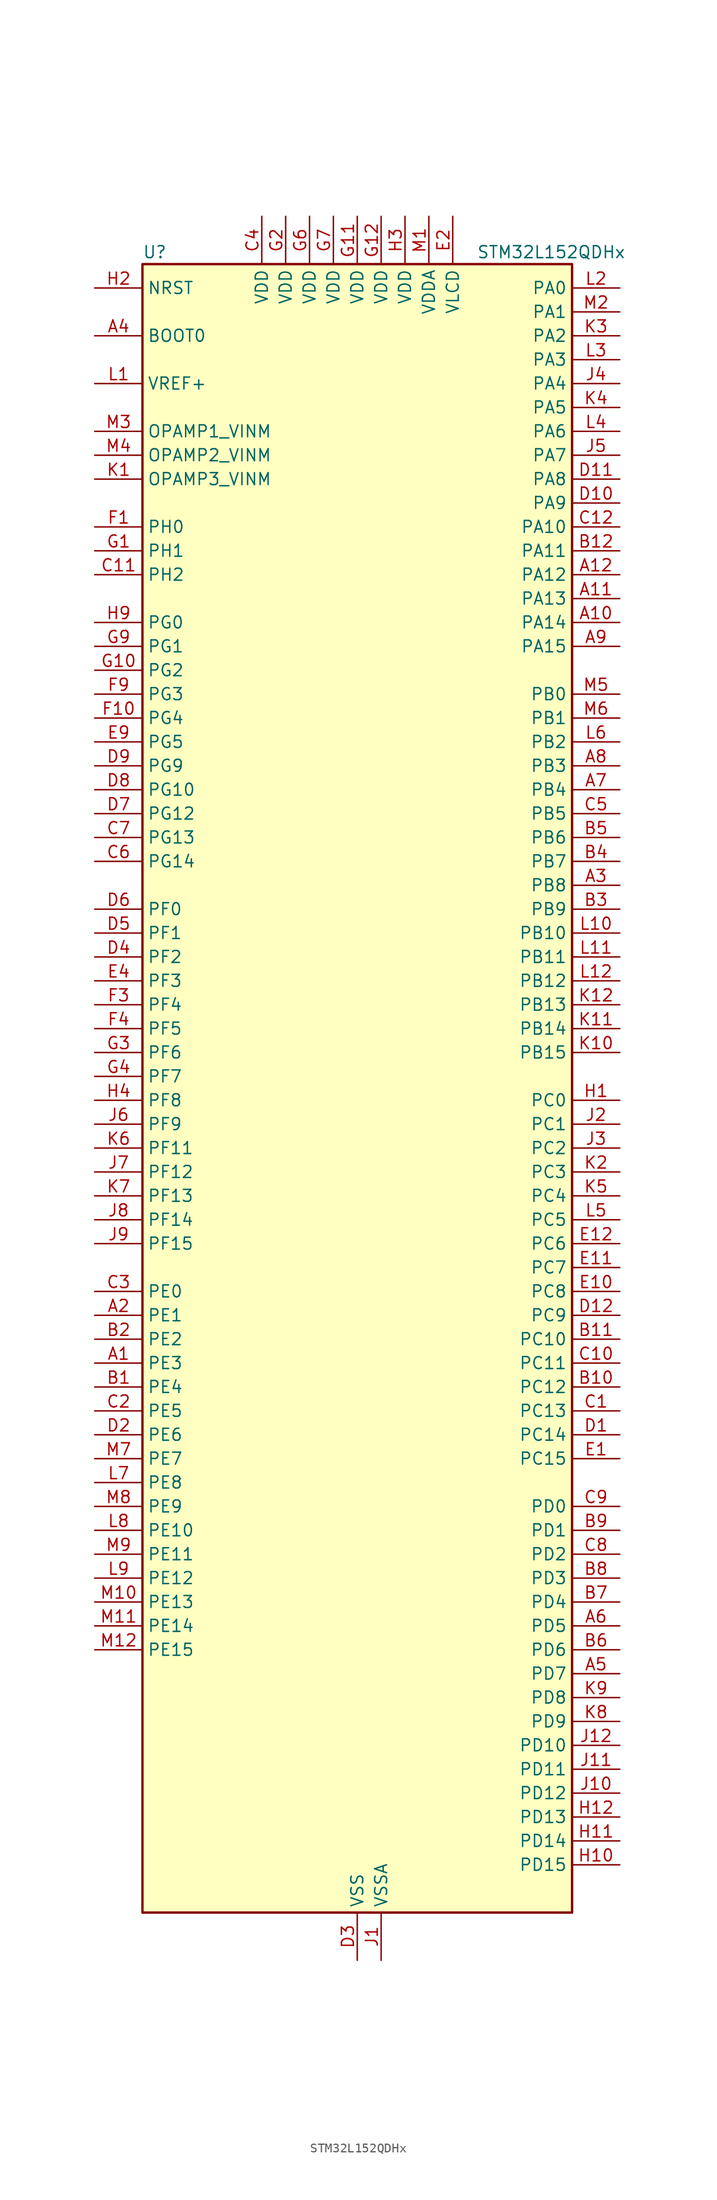
<source format=kicad_sym>
(kicad_symbol_lib
  (version 20220914)
  (generator kicad_symbol_editor)
  (symbol "STM32L152QDHx"
    (property "Reference" "U"
      (at -22.86 90.17 0)
      (effects (font (size 1.27 1.27)) (justify left)))
    (property "Value" "STM32L152QDHx"
      (at 12.7 90.17 0)
      (effects (font (size 1.27 1.27)) (justify left)))
    (property "ki_locked" ""
      (at 0 0 0)
      (effects (font (size 1.27 1.27))))
    (symbol "STM32L152QDHx_0_1"
      (rectangle (start -22.86 -86.36) (end 22.86 88.9) (stroke (width 0.254) (type default)) (fill (type background))))
    (symbol "STM32L152QDHx_1_1"
      (pin bidirectional line (at -27.94 -27.94 0) (length 5.08) (name "PE3" (effects (font (size 1.27 1.27)))) (number "A1" (effects (font (size 1.27 1.27)))) (alternate "FSMC_A19" bidirectional line) (alternate "LCD_SEG39" bidirectional line) (alternate "SYS_TRACED0" bidirectional line) (alternate "TIM3_CH1" bidirectional line) (alternate "TIMX_IC4" bidirectional line))
      (pin bidirectional line (at 27.94 50.8 180) (length 5.08) (name "PA14" (effects (font (size 1.27 1.27)))) (number "A10" (effects (font (size 1.27 1.27)))) (alternate "SYS_JTCK-SWCLK" bidirectional line) (alternate "TIMX_IC3" bidirectional line) (alternate "TS_G5_IO2" bidirectional line))
      (pin bidirectional line (at 27.94 53.34 180) (length 5.08) (name "PA13" (effects (font (size 1.27 1.27)))) (number "A11" (effects (font (size 1.27 1.27)))) (alternate "SYS_JTMS-SWDIO" bidirectional line) (alternate "TIMX_IC2" bidirectional line) (alternate "TS_G5_IO1" bidirectional line))
      (pin bidirectional line (at 27.94 55.88 180) (length 5.08) (name "PA12" (effects (font (size 1.27 1.27)))) (number "A12" (effects (font (size 1.27 1.27)))) (alternate "SPI1_MOSI" bidirectional line) (alternate "TIMX_IC1" bidirectional line) (alternate "USART1_RTS" bidirectional line) (alternate "USB_DP" bidirectional line))
      (pin bidirectional line (at -27.94 -22.86 0) (length 5.08) (name "PE1" (effects (font (size 1.27 1.27)))) (number "A2" (effects (font (size 1.27 1.27)))) (alternate "FSMC_NBL1" bidirectional line) (alternate "LCD_SEG37" bidirectional line) (alternate "TIM11_CH1" bidirectional line) (alternate "TIMX_IC2" bidirectional line))
      (pin bidirectional line (at 27.94 22.86 180) (length 5.08) (name "PB8" (effects (font (size 1.27 1.27)))) (number "A3" (effects (font (size 1.27 1.27)))) (alternate "I2C1_SCL" bidirectional line) (alternate "LCD_SEG16" bidirectional line) (alternate "SDIO_D4" bidirectional line) (alternate "TIM10_CH1" bidirectional line) (alternate "TIM4_CH3" bidirectional line))
      (pin input line (at -27.94 81.28 0) (length 5.08) (name "BOOT0" (effects (font (size 1.27 1.27)))) (number "A4" (effects (font (size 1.27 1.27)))))
      (pin bidirectional line (at 27.94 -60.96 180) (length 5.08) (name "PD7" (effects (font (size 1.27 1.27)))) (number "A5" (effects (font (size 1.27 1.27)))) (alternate "FSMC_NE1" bidirectional line) (alternate "TIM9_CH2" bidirectional line) (alternate "TIMX_IC4" bidirectional line) (alternate "USART2_CK" bidirectional line))
      (pin bidirectional line (at 27.94 -55.88 180) (length 5.08) (name "PD5" (effects (font (size 1.27 1.27)))) (number "A6" (effects (font (size 1.27 1.27)))) (alternate "FSMC_NWE" bidirectional line) (alternate "TIMX_IC2" bidirectional line) (alternate "USART2_TX" bidirectional line))
      (pin bidirectional line (at 27.94 33.02 180) (length 5.08) (name "PB4" (effects (font (size 1.27 1.27)))) (number "A7" (effects (font (size 1.27 1.27)))) (alternate "COMP2_INP" bidirectional line) (alternate "LCD_SEG8" bidirectional line) (alternate "SPI1_MISO" bidirectional line) (alternate "SPI3_MISO" bidirectional line) (alternate "SYS_JTRST" bidirectional line) (alternate "TIM3_CH1" bidirectional line) (alternate "TS_G6_IO1" bidirectional line))
      (pin bidirectional line (at 27.94 35.56 180) (length 5.08) (name "PB3" (effects (font (size 1.27 1.27)))) (number "A8" (effects (font (size 1.27 1.27)))) (alternate "COMP2_INM" bidirectional line) (alternate "I2S3_CK" bidirectional line) (alternate "LCD_SEG7" bidirectional line) (alternate "SPI1_SCK" bidirectional line) (alternate "SPI3_SCK" bidirectional line) (alternate "SYS_JTDO-TRACESWO" bidirectional line) (alternate "TIM2_CH2" bidirectional line))
      (pin bidirectional line (at 27.94 48.26 180) (length 5.08) (name "PA15" (effects (font (size 1.27 1.27)))) (number "A9" (effects (font (size 1.27 1.27)))) (alternate "ADC_EXTI15" bidirectional line) (alternate "I2S3_WS" bidirectional line) (alternate "LCD_SEG17" bidirectional line) (alternate "SPI1_NSS" bidirectional line) (alternate "SPI3_NSS" bidirectional line) (alternate "SYS_JTDI" bidirectional line) (alternate "TIM2_CH1" bidirectional line) (alternate "TIM2_ETR" bidirectional line) (alternate "TIMX_IC4" bidirectional line) (alternate "TS_G5_IO3" bidirectional line))
      (pin bidirectional line (at -27.94 -30.48 0) (length 5.08) (name "PE4" (effects (font (size 1.27 1.27)))) (number "B1" (effects (font (size 1.27 1.27)))) (alternate "FSMC_A20" bidirectional line) (alternate "SYS_TRACED1" bidirectional line) (alternate "TIM3_CH2" bidirectional line) (alternate "TIMX_IC1" bidirectional line))
      (pin bidirectional line (at 27.94 -30.48 180) (length 5.08) (name "PC12" (effects (font (size 1.27 1.27)))) (number "B10" (effects (font (size 1.27 1.27)))) (alternate "I2S3_SD" bidirectional line) (alternate "LCD_COM6" bidirectional line) (alternate "LCD_SEG30" bidirectional line) (alternate "LCD_SEG42" bidirectional line) (alternate "SDIO_CK" bidirectional line) (alternate "SPI3_MOSI" bidirectional line) (alternate "TIMX_IC1" bidirectional line) (alternate "UART5_TX" bidirectional line) (alternate "USART3_CK" bidirectional line))
      (pin bidirectional line (at 27.94 -25.4 180) (length 5.08) (name "PC10" (effects (font (size 1.27 1.27)))) (number "B11" (effects (font (size 1.27 1.27)))) (alternate "I2S3_CK" bidirectional line) (alternate "LCD_COM4" bidirectional line) (alternate "LCD_SEG28" bidirectional line) (alternate "LCD_SEG40" bidirectional line) (alternate "SDIO_D2" bidirectional line) (alternate "SPI3_SCK" bidirectional line) (alternate "TIMX_IC3" bidirectional line) (alternate "UART4_TX" bidirectional line) (alternate "USART3_TX" bidirectional line))
      (pin bidirectional line (at 27.94 58.42 180) (length 5.08) (name "PA11" (effects (font (size 1.27 1.27)))) (number "B12" (effects (font (size 1.27 1.27)))) (alternate "ADC_EXTI11" bidirectional line) (alternate "SPI1_MISO" bidirectional line) (alternate "TIMX_IC4" bidirectional line) (alternate "USART1_CTS" bidirectional line) (alternate "USB_DM" bidirectional line))
      (pin bidirectional line (at -27.94 -25.4 0) (length 5.08) (name "PE2" (effects (font (size 1.27 1.27)))) (number "B2" (effects (font (size 1.27 1.27)))) (alternate "FSMC_A23" bidirectional line) (alternate "LCD_SEG38" bidirectional line) (alternate "SYS_TRACECK" bidirectional line) (alternate "TIM3_ETR" bidirectional line) (alternate "TIMX_IC3" bidirectional line))
      (pin bidirectional line (at 27.94 20.32 180) (length 5.08) (name "PB9" (effects (font (size 1.27 1.27)))) (number "B3" (effects (font (size 1.27 1.27)))) (alternate "DAC_EXTI9" bidirectional line) (alternate "I2C1_SDA" bidirectional line) (alternate "LCD_COM3" bidirectional line) (alternate "SDIO_D5" bidirectional line) (alternate "TIM11_CH1" bidirectional line) (alternate "TIM4_CH4" bidirectional line))
      (pin bidirectional line (at 27.94 25.4 180) (length 5.08) (name "PB7" (effects (font (size 1.27 1.27)))) (number "B4" (effects (font (size 1.27 1.27)))) (alternate "COMP2_INP" bidirectional line) (alternate "FSMC_NL" bidirectional line) (alternate "I2C1_SDA" bidirectional line) (alternate "SYS_PVD_IN" bidirectional line) (alternate "TIM4_CH2" bidirectional line) (alternate "TS_G6_IO4" bidirectional line) (alternate "USART1_RX" bidirectional line))
      (pin bidirectional line (at 27.94 27.94 180) (length 5.08) (name "PB6" (effects (font (size 1.27 1.27)))) (number "B5" (effects (font (size 1.27 1.27)))) (alternate "COMP2_INP" bidirectional line) (alternate "I2C1_SCL" bidirectional line) (alternate "TIM4_CH1" bidirectional line) (alternate "TS_G6_IO3" bidirectional line) (alternate "USART1_TX" bidirectional line))
      (pin bidirectional line (at 27.94 -58.42 180) (length 5.08) (name "PD6" (effects (font (size 1.27 1.27)))) (number "B6" (effects (font (size 1.27 1.27)))) (alternate "FSMC_NWAIT" bidirectional line) (alternate "TIMX_IC3" bidirectional line) (alternate "USART2_RX" bidirectional line))
      (pin bidirectional line (at 27.94 -53.34 180) (length 5.08) (name "PD4" (effects (font (size 1.27 1.27)))) (number "B7" (effects (font (size 1.27 1.27)))) (alternate "FSMC_NOE" bidirectional line) (alternate "I2S2_SD" bidirectional line) (alternate "SPI2_MOSI" bidirectional line) (alternate "TIMX_IC1" bidirectional line) (alternate "USART2_RTS" bidirectional line))
      (pin bidirectional line (at 27.94 -50.8 180) (length 5.08) (name "PD3" (effects (font (size 1.27 1.27)))) (number "B8" (effects (font (size 1.27 1.27)))) (alternate "FSMC_CLK" bidirectional line) (alternate "SPI2_MISO" bidirectional line) (alternate "TIMX_IC4" bidirectional line) (alternate "USART2_CTS" bidirectional line))
      (pin bidirectional line (at 27.94 -45.72 180) (length 5.08) (name "PD1" (effects (font (size 1.27 1.27)))) (number "B9" (effects (font (size 1.27 1.27)))) (alternate "FSMC_D3" bidirectional line) (alternate "FSMC_DA3" bidirectional line) (alternate "I2S2_CK" bidirectional line) (alternate "SPI2_SCK" bidirectional line) (alternate "TIMX_IC2" bidirectional line))
      (pin bidirectional line (at 27.94 -33.02 180) (length 5.08) (name "PC13" (effects (font (size 1.27 1.27)))) (number "C1" (effects (font (size 1.27 1.27)))) (alternate "RTC_OUT_ALARM" bidirectional line) (alternate "RTC_OUT_CALIB" bidirectional line) (alternate "RTC_TAMP1" bidirectional line) (alternate "RTC_TS" bidirectional line) (alternate "SYS_WKUP2" bidirectional line) (alternate "TIMX_IC2" bidirectional line))
      (pin bidirectional line (at 27.94 -27.94 180) (length 5.08) (name "PC11" (effects (font (size 1.27 1.27)))) (number "C10" (effects (font (size 1.27 1.27)))) (alternate "ADC_EXTI11" bidirectional line) (alternate "LCD_COM5" bidirectional line) (alternate "LCD_SEG29" bidirectional line) (alternate "LCD_SEG41" bidirectional line) (alternate "SDIO_D3" bidirectional line) (alternate "SPI3_MISO" bidirectional line) (alternate "TIMX_IC4" bidirectional line) (alternate "UART4_RX" bidirectional line) (alternate "USART3_RX" bidirectional line))
      (pin bidirectional line (at -27.94 55.88 0) (length 5.08) (name "PH2" (effects (font (size 1.27 1.27)))) (number "C11" (effects (font (size 1.27 1.27)))) (alternate "FSMC_A22" bidirectional line))
      (pin bidirectional line (at 27.94 60.96 180) (length 5.08) (name "PA10" (effects (font (size 1.27 1.27)))) (number "C12" (effects (font (size 1.27 1.27)))) (alternate "LCD_COM2" bidirectional line) (alternate "TIMX_IC3" bidirectional line) (alternate "TS_G4_IO3" bidirectional line) (alternate "USART1_RX" bidirectional line))
      (pin bidirectional line (at -27.94 -33.02 0) (length 5.08) (name "PE5" (effects (font (size 1.27 1.27)))) (number "C2" (effects (font (size 1.27 1.27)))) (alternate "FSMC_A21" bidirectional line) (alternate "SYS_TRACED2" bidirectional line) (alternate "TIM9_CH1" bidirectional line) (alternate "TIMX_IC2" bidirectional line))
      (pin bidirectional line (at -27.94 -20.32 0) (length 5.08) (name "PE0" (effects (font (size 1.27 1.27)))) (number "C3" (effects (font (size 1.27 1.27)))) (alternate "FSMC_NBL0" bidirectional line) (alternate "LCD_SEG36" bidirectional line) (alternate "TIM10_CH1" bidirectional line) (alternate "TIM4_ETR" bidirectional line) (alternate "TIMX_IC1" bidirectional line))
      (pin power_in line (at -10.16 93.98 270) (length 5.08) (name "VDD" (effects (font (size 1.27 1.27)))) (number "C4" (effects (font (size 1.27 1.27)))))
      (pin bidirectional line (at 27.94 30.48 180) (length 5.08) (name "PB5" (effects (font (size 1.27 1.27)))) (number "C5" (effects (font (size 1.27 1.27)))) (alternate "COMP2_INP" bidirectional line) (alternate "I2C1_SMBA" bidirectional line) (alternate "I2S3_SD" bidirectional line) (alternate "LCD_SEG9" bidirectional line) (alternate "SPI1_MOSI" bidirectional line) (alternate "SPI3_MOSI" bidirectional line) (alternate "TIM3_CH2" bidirectional line) (alternate "TS_G6_IO2" bidirectional line))
      (pin bidirectional line (at -27.94 25.4 0) (length 5.08) (name "PG14" (effects (font (size 1.27 1.27)))) (number "C6" (effects (font (size 1.27 1.27)))) (alternate "FSMC_A25" bidirectional line))
      (pin bidirectional line (at -27.94 27.94 0) (length 5.08) (name "PG13" (effects (font (size 1.27 1.27)))) (number "C7" (effects (font (size 1.27 1.27)))) (alternate "FSMC_A24" bidirectional line))
      (pin bidirectional line (at 27.94 -48.26 180) (length 5.08) (name "PD2" (effects (font (size 1.27 1.27)))) (number "C8" (effects (font (size 1.27 1.27)))) (alternate "LCD_COM7" bidirectional line) (alternate "LCD_SEG31" bidirectional line) (alternate "LCD_SEG43" bidirectional line) (alternate "SDIO_CMD" bidirectional line) (alternate "TIM3_ETR" bidirectional line) (alternate "TIMX_IC3" bidirectional line) (alternate "UART5_RX" bidirectional line))
      (pin bidirectional line (at 27.94 -43.18 180) (length 5.08) (name "PD0" (effects (font (size 1.27 1.27)))) (number "C9" (effects (font (size 1.27 1.27)))) (alternate "FSMC_D2" bidirectional line) (alternate "FSMC_DA2" bidirectional line) (alternate "I2S2_WS" bidirectional line) (alternate "SPI2_NSS" bidirectional line) (alternate "TIM9_CH1" bidirectional line) (alternate "TIMX_IC1" bidirectional line))
      (pin bidirectional line (at 27.94 -35.56 180) (length 5.08) (name "PC14" (effects (font (size 1.27 1.27)))) (number "D1" (effects (font (size 1.27 1.27)))) (alternate "RCC_OSC32_IN" bidirectional line) (alternate "TIMX_IC3" bidirectional line))
      (pin bidirectional line (at 27.94 63.5 180) (length 5.08) (name "PA9" (effects (font (size 1.27 1.27)))) (number "D10" (effects (font (size 1.27 1.27)))) (alternate "DAC_EXTI9" bidirectional line) (alternate "LCD_COM1" bidirectional line) (alternate "TIMX_IC2" bidirectional line) (alternate "TS_G4_IO2" bidirectional line) (alternate "USART1_TX" bidirectional line))
      (pin bidirectional line (at 27.94 66.04 180) (length 5.08) (name "PA8" (effects (font (size 1.27 1.27)))) (number "D11" (effects (font (size 1.27 1.27)))) (alternate "LCD_COM0" bidirectional line) (alternate "RCC_MCO" bidirectional line) (alternate "TIMX_IC1" bidirectional line) (alternate "TS_G4_IO1" bidirectional line) (alternate "USART1_CK" bidirectional line))
      (pin bidirectional line (at 27.94 -22.86 180) (length 5.08) (name "PC9" (effects (font (size 1.27 1.27)))) (number "D12" (effects (font (size 1.27 1.27)))) (alternate "DAC_EXTI9" bidirectional line) (alternate "LCD_SEG27" bidirectional line) (alternate "SDIO_D1" bidirectional line) (alternate "TIM3_CH4" bidirectional line) (alternate "TIMX_IC2" bidirectional line) (alternate "TS_G10_IO4" bidirectional line))
      (pin bidirectional line (at -27.94 -35.56 0) (length 5.08) (name "PE6" (effects (font (size 1.27 1.27)))) (number "D2" (effects (font (size 1.27 1.27)))) (alternate "RTC_TAMP3" bidirectional line) (alternate "SYS_TRACED3" bidirectional line) (alternate "SYS_WKUP3" bidirectional line) (alternate "TIM9_CH2" bidirectional line) (alternate "TIMX_IC3" bidirectional line))
      (pin power_in line (at 0 -91.44 90) (length 5.08) (name "VSS" (effects (font (size 1.27 1.27)))) (number "D3" (effects (font (size 1.27 1.27)))))
      (pin bidirectional line (at -27.94 15.24 0) (length 5.08) (name "PF2" (effects (font (size 1.27 1.27)))) (number "D4" (effects (font (size 1.27 1.27)))) (alternate "FSMC_A2" bidirectional line))
      (pin bidirectional line (at -27.94 17.78 0) (length 5.08) (name "PF1" (effects (font (size 1.27 1.27)))) (number "D5" (effects (font (size 1.27 1.27)))) (alternate "FSMC_A1" bidirectional line))
      (pin bidirectional line (at -27.94 20.32 0) (length 5.08) (name "PF0" (effects (font (size 1.27 1.27)))) (number "D6" (effects (font (size 1.27 1.27)))) (alternate "FSMC_A0" bidirectional line))
      (pin bidirectional line (at -27.94 30.48 0) (length 5.08) (name "PG12" (effects (font (size 1.27 1.27)))) (number "D7" (effects (font (size 1.27 1.27)))) (alternate "FSMC_NE4" bidirectional line))
      (pin bidirectional line (at -27.94 33.02 0) (length 5.08) (name "PG10" (effects (font (size 1.27 1.27)))) (number "D8" (effects (font (size 1.27 1.27)))) (alternate "FSMC_NE3" bidirectional line))
      (pin bidirectional line (at -27.94 35.56 0) (length 5.08) (name "PG9" (effects (font (size 1.27 1.27)))) (number "D9" (effects (font (size 1.27 1.27)))) (alternate "DAC_EXTI9" bidirectional line) (alternate "FSMC_NE2" bidirectional line))
      (pin bidirectional line (at 27.94 -38.1 180) (length 5.08) (name "PC15" (effects (font (size 1.27 1.27)))) (number "E1" (effects (font (size 1.27 1.27)))) (alternate "ADC_EXTI15" bidirectional line) (alternate "RCC_OSC32_OUT" bidirectional line) (alternate "TIMX_IC4" bidirectional line))
      (pin bidirectional line (at 27.94 -20.32 180) (length 5.08) (name "PC8" (effects (font (size 1.27 1.27)))) (number "E10" (effects (font (size 1.27 1.27)))) (alternate "LCD_SEG26" bidirectional line) (alternate "SDIO_D0" bidirectional line) (alternate "TIM3_CH3" bidirectional line) (alternate "TIMX_IC1" bidirectional line) (alternate "TS_G10_IO3" bidirectional line))
      (pin bidirectional line (at 27.94 -17.78 180) (length 5.08) (name "PC7" (effects (font (size 1.27 1.27)))) (number "E11" (effects (font (size 1.27 1.27)))) (alternate "I2S3_MCK" bidirectional line) (alternate "LCD_SEG25" bidirectional line) (alternate "SDIO_D7" bidirectional line) (alternate "TIM3_CH2" bidirectional line) (alternate "TIMX_IC4" bidirectional line) (alternate "TS_G10_IO2" bidirectional line))
      (pin bidirectional line (at 27.94 -15.24 180) (length 5.08) (name "PC6" (effects (font (size 1.27 1.27)))) (number "E12" (effects (font (size 1.27 1.27)))) (alternate "I2S2_MCK" bidirectional line) (alternate "LCD_SEG24" bidirectional line) (alternate "SDIO_D6" bidirectional line) (alternate "TIM3_CH1" bidirectional line) (alternate "TIMX_IC3" bidirectional line) (alternate "TS_G10_IO1" bidirectional line))
      (pin power_in line (at 10.16 93.98 270) (length 5.08) (name "VLCD" (effects (font (size 1.27 1.27)))) (number "E2" (effects (font (size 1.27 1.27)))))
      (pin passive line (at 0 -91.44 90) (length 5.08) hide (name "VSS" (effects (font (size 1.27 1.27)))) (number "E3" (effects (font (size 1.27 1.27)))))
      (pin bidirectional line (at -27.94 12.7 0) (length 5.08) (name "PF3" (effects (font (size 1.27 1.27)))) (number "E4" (effects (font (size 1.27 1.27)))) (alternate "FSMC_A3" bidirectional line))
      (pin bidirectional line (at -27.94 38.1 0) (length 5.08) (name "PG5" (effects (font (size 1.27 1.27)))) (number "E9" (effects (font (size 1.27 1.27)))) (alternate "FSMC_A15" bidirectional line))
      (pin bidirectional line (at -27.94 60.96 0) (length 5.08) (name "PH0" (effects (font (size 1.27 1.27)))) (number "F1" (effects (font (size 1.27 1.27)))) (alternate "RCC_OSC_IN" bidirectional line))
      (pin bidirectional line (at -27.94 40.64 0) (length 5.08) (name "PG4" (effects (font (size 1.27 1.27)))) (number "F10" (effects (font (size 1.27 1.27)))) (alternate "ADC_IN12b" bidirectional line) (alternate "FSMC_A14" bidirectional line) (alternate "TS_G7_IO7" bidirectional line))
      (pin passive line (at 0 -91.44 90) (length 5.08) hide (name "VSS" (effects (font (size 1.27 1.27)))) (number "F11" (effects (font (size 1.27 1.27)))))
      (pin passive line (at 0 -91.44 90) (length 5.08) hide (name "VSS" (effects (font (size 1.27 1.27)))) (number "F12" (effects (font (size 1.27 1.27)))))
      (pin passive line (at 0 -91.44 90) (length 5.08) hide (name "VSS" (effects (font (size 1.27 1.27)))) (number "F2" (effects (font (size 1.27 1.27)))))
      (pin bidirectional line (at -27.94 10.16 0) (length 5.08) (name "PF4" (effects (font (size 1.27 1.27)))) (number "F3" (effects (font (size 1.27 1.27)))) (alternate "FSMC_A4" bidirectional line))
      (pin bidirectional line (at -27.94 7.62 0) (length 5.08) (name "PF5" (effects (font (size 1.27 1.27)))) (number "F4" (effects (font (size 1.27 1.27)))) (alternate "FSMC_A5" bidirectional line))
      (pin passive line (at 0 -91.44 90) (length 5.08) hide (name "VSS" (effects (font (size 1.27 1.27)))) (number "F6" (effects (font (size 1.27 1.27)))))
      (pin passive line (at 0 -91.44 90) (length 5.08) hide (name "VSS" (effects (font (size 1.27 1.27)))) (number "F7" (effects (font (size 1.27 1.27)))))
      (pin bidirectional line (at -27.94 43.18 0) (length 5.08) (name "PG3" (effects (font (size 1.27 1.27)))) (number "F9" (effects (font (size 1.27 1.27)))) (alternate "ADC_IN11b" bidirectional line) (alternate "FSMC_A13" bidirectional line) (alternate "TS_G7_IO6" bidirectional line))
      (pin bidirectional line (at -27.94 58.42 0) (length 5.08) (name "PH1" (effects (font (size 1.27 1.27)))) (number "G1" (effects (font (size 1.27 1.27)))) (alternate "RCC_OSC_OUT" bidirectional line))
      (pin bidirectional line (at -27.94 45.72 0) (length 5.08) (name "PG2" (effects (font (size 1.27 1.27)))) (number "G10" (effects (font (size 1.27 1.27)))) (alternate "ADC_IN10b" bidirectional line) (alternate "FSMC_A12" bidirectional line) (alternate "TS_G7_IO5" bidirectional line))
      (pin power_in line (at 0 93.98 270) (length 5.08) (name "VDD" (effects (font (size 1.27 1.27)))) (number "G11" (effects (font (size 1.27 1.27)))))
      (pin power_in line (at 2.54 93.98 270) (length 5.08) (name "VDD" (effects (font (size 1.27 1.27)))) (number "G12" (effects (font (size 1.27 1.27)))))
      (pin power_in line (at -7.62 93.98 270) (length 5.08) (name "VDD" (effects (font (size 1.27 1.27)))) (number "G2" (effects (font (size 1.27 1.27)))))
      (pin bidirectional line (at -27.94 5.08 0) (length 5.08) (name "PF6" (effects (font (size 1.27 1.27)))) (number "G3" (effects (font (size 1.27 1.27)))) (alternate "ADC_IN27" bidirectional line) (alternate "TIM5_CH1" bidirectional line) (alternate "TIM5_ETR" bidirectional line) (alternate "TS_G11_IO1" bidirectional line))
      (pin bidirectional line (at -27.94 2.54 0) (length 5.08) (name "PF7" (effects (font (size 1.27 1.27)))) (number "G4" (effects (font (size 1.27 1.27)))) (alternate "ADC_IN28" bidirectional line) (alternate "COMP1_INP" bidirectional line) (alternate "TIM5_CH2" bidirectional line) (alternate "TS_G11_IO2" bidirectional line))
      (pin power_in line (at -5.08 93.98 270) (length 5.08) (name "VDD" (effects (font (size 1.27 1.27)))) (number "G6" (effects (font (size 1.27 1.27)))))
      (pin power_in line (at -2.54 93.98 270) (length 5.08) (name "VDD" (effects (font (size 1.27 1.27)))) (number "G7" (effects (font (size 1.27 1.27)))))
      (pin bidirectional line (at -27.94 48.26 0) (length 5.08) (name "PG1" (effects (font (size 1.27 1.27)))) (number "G9" (effects (font (size 1.27 1.27)))) (alternate "ADC_IN9b" bidirectional line) (alternate "FSMC_A11" bidirectional line) (alternate "TS_G2_IO5" bidirectional line))
      (pin bidirectional line (at 27.94 0 180) (length 5.08) (name "PC0" (effects (font (size 1.27 1.27)))) (number "H1" (effects (font (size 1.27 1.27)))) (alternate "ADC_IN10" bidirectional line) (alternate "COMP1_INP" bidirectional line) (alternate "LCD_SEG18" bidirectional line) (alternate "TIMX_IC1" bidirectional line) (alternate "TS_G8_IO1" bidirectional line))
      (pin bidirectional line (at 27.94 -81.28 180) (length 5.08) (name "PD15" (effects (font (size 1.27 1.27)))) (number "H10" (effects (font (size 1.27 1.27)))) (alternate "ADC_EXTI15" bidirectional line) (alternate "FSMC_D1" bidirectional line) (alternate "FSMC_DA1" bidirectional line) (alternate "LCD_SEG35" bidirectional line) (alternate "TIM4_CH4" bidirectional line) (alternate "TIMX_IC4" bidirectional line))
      (pin bidirectional line (at 27.94 -78.74 180) (length 5.08) (name "PD14" (effects (font (size 1.27 1.27)))) (number "H11" (effects (font (size 1.27 1.27)))) (alternate "FSMC_D0" bidirectional line) (alternate "FSMC_DA0" bidirectional line) (alternate "LCD_SEG34" bidirectional line) (alternate "TIM4_CH3" bidirectional line) (alternate "TIMX_IC3" bidirectional line))
      (pin bidirectional line (at 27.94 -76.2 180) (length 5.08) (name "PD13" (effects (font (size 1.27 1.27)))) (number "H12" (effects (font (size 1.27 1.27)))) (alternate "FSMC_A18" bidirectional line) (alternate "LCD_SEG33" bidirectional line) (alternate "TIM4_CH2" bidirectional line) (alternate "TIMX_IC2" bidirectional line))
      (pin input line (at -27.94 86.36 0) (length 5.08) (name "NRST" (effects (font (size 1.27 1.27)))) (number "H2" (effects (font (size 1.27 1.27)))))
      (pin power_in line (at 5.08 93.98 270) (length 5.08) (name "VDD" (effects (font (size 1.27 1.27)))) (number "H3" (effects (font (size 1.27 1.27)))))
      (pin bidirectional line (at -27.94 0 0) (length 5.08) (name "PF8" (effects (font (size 1.27 1.27)))) (number "H4" (effects (font (size 1.27 1.27)))) (alternate "ADC_IN29" bidirectional line) (alternate "COMP1_INP" bidirectional line) (alternate "TIM5_CH3" bidirectional line) (alternate "TS_G11_IO3" bidirectional line))
      (pin bidirectional line (at -27.94 50.8 0) (length 5.08) (name "PG0" (effects (font (size 1.27 1.27)))) (number "H9" (effects (font (size 1.27 1.27)))) (alternate "ADC_IN8b" bidirectional line) (alternate "FSMC_A10" bidirectional line) (alternate "TS_G2_IO4" bidirectional line))
      (pin power_in line (at 2.54 -91.44 90) (length 5.08) (name "VSSA" (effects (font (size 1.27 1.27)))) (number "J1" (effects (font (size 1.27 1.27)))))
      (pin bidirectional line (at 27.94 -73.66 180) (length 5.08) (name "PD12" (effects (font (size 1.27 1.27)))) (number "J10" (effects (font (size 1.27 1.27)))) (alternate "FSMC_A17" bidirectional line) (alternate "LCD_SEG32" bidirectional line) (alternate "TIM4_CH1" bidirectional line) (alternate "TIMX_IC1" bidirectional line) (alternate "USART3_RTS" bidirectional line))
      (pin bidirectional line (at 27.94 -71.12 180) (length 5.08) (name "PD11" (effects (font (size 1.27 1.27)))) (number "J11" (effects (font (size 1.27 1.27)))) (alternate "ADC_EXTI11" bidirectional line) (alternate "FSMC_A16" bidirectional line) (alternate "LCD_SEG31" bidirectional line) (alternate "TIMX_IC4" bidirectional line) (alternate "USART3_CTS" bidirectional line))
      (pin bidirectional line (at 27.94 -68.58 180) (length 5.08) (name "PD10" (effects (font (size 1.27 1.27)))) (number "J12" (effects (font (size 1.27 1.27)))) (alternate "FSMC_D15" bidirectional line) (alternate "FSMC_DA15" bidirectional line) (alternate "LCD_SEG30" bidirectional line) (alternate "TIMX_IC3" bidirectional line) (alternate "USART3_CK" bidirectional line))
      (pin bidirectional line (at 27.94 -2.54 180) (length 5.08) (name "PC1" (effects (font (size 1.27 1.27)))) (number "J2" (effects (font (size 1.27 1.27)))) (alternate "ADC_IN11" bidirectional line) (alternate "COMP1_INP" bidirectional line) (alternate "LCD_SEG19" bidirectional line) (alternate "OPAMP3_VINP" bidirectional line) (alternate "TIMX_IC2" bidirectional line) (alternate "TS_G8_IO2" bidirectional line))
      (pin bidirectional line (at 27.94 -5.08 180) (length 5.08) (name "PC2" (effects (font (size 1.27 1.27)))) (number "J3" (effects (font (size 1.27 1.27)))) (alternate "ADC_IN12" bidirectional line) (alternate "COMP1_INP" bidirectional line) (alternate "LCD_SEG20" bidirectional line) (alternate "TIMX_IC3" bidirectional line) (alternate "TS_G8_IO3" bidirectional line))
      (pin bidirectional line (at 27.94 76.2 180) (length 5.08) (name "PA4" (effects (font (size 1.27 1.27)))) (number "J4" (effects (font (size 1.27 1.27)))) (alternate "ADC_IN4" bidirectional line) (alternate "COMP1_INP" bidirectional line) (alternate "DAC_OUT1" bidirectional line) (alternate "I2S3_WS" bidirectional line) (alternate "SPI1_NSS" bidirectional line) (alternate "SPI3_NSS" bidirectional line) (alternate "TIMX_IC1" bidirectional line) (alternate "USART2_CK" bidirectional line))
      (pin bidirectional line (at 27.94 68.58 180) (length 5.08) (name "PA7" (effects (font (size 1.27 1.27)))) (number "J5" (effects (font (size 1.27 1.27)))) (alternate "ADC_IN7" bidirectional line) (alternate "COMP1_INP" bidirectional line) (alternate "LCD_SEG4" bidirectional line) (alternate "SPI1_MOSI" bidirectional line) (alternate "TIM11_CH1" bidirectional line) (alternate "TIM3_CH2" bidirectional line) (alternate "TIMX_IC4" bidirectional line) (alternate "TS_G2_IO2" bidirectional line))
      (pin bidirectional line (at -27.94 -2.54 0) (length 5.08) (name "PF9" (effects (font (size 1.27 1.27)))) (number "J6" (effects (font (size 1.27 1.27)))) (alternate "ADC_IN30" bidirectional line) (alternate "COMP1_INP" bidirectional line) (alternate "DAC_EXTI9" bidirectional line) (alternate "TIM5_CH4" bidirectional line) (alternate "TS_G11_IO4" bidirectional line))
      (pin bidirectional line (at -27.94 -7.62 0) (length 5.08) (name "PF12" (effects (font (size 1.27 1.27)))) (number "J7" (effects (font (size 1.27 1.27)))) (alternate "ADC_IN2b" bidirectional line) (alternate "FSMC_A6" bidirectional line) (alternate "TS_G3_IO5" bidirectional line))
      (pin bidirectional line (at -27.94 -12.7 0) (length 5.08) (name "PF14" (effects (font (size 1.27 1.27)))) (number "J8" (effects (font (size 1.27 1.27)))) (alternate "ADC_IN6b" bidirectional line) (alternate "FSMC_A8" bidirectional line) (alternate "TS_G9_IO4" bidirectional line))
      (pin bidirectional line (at -27.94 -15.24 0) (length 5.08) (name "PF15" (effects (font (size 1.27 1.27)))) (number "J9" (effects (font (size 1.27 1.27)))) (alternate "ADC_EXTI15" bidirectional line) (alternate "ADC_IN7b" bidirectional line) (alternate "FSMC_A9" bidirectional line) (alternate "TS_G2_IO3" bidirectional line))
      (pin input line (at -27.94 66.04 0) (length 5.08) (name "OPAMP3_VINM" (effects (font (size 1.27 1.27)))) (number "K1" (effects (font (size 1.27 1.27)))) (alternate "OPAMP3_VINM" bidirectional line))
      (pin bidirectional line (at 27.94 5.08 180) (length 5.08) (name "PB15" (effects (font (size 1.27 1.27)))) (number "K10" (effects (font (size 1.27 1.27)))) (alternate "ADC_EXTI15" bidirectional line) (alternate "ADC_IN21" bidirectional line) (alternate "COMP1_INP" bidirectional line) (alternate "I2S2_SD" bidirectional line) (alternate "LCD_SEG15" bidirectional line) (alternate "RTC_REFIN" bidirectional line) (alternate "SPI2_MOSI" bidirectional line) (alternate "TIM11_CH1" bidirectional line) (alternate "TS_G7_IO4" bidirectional line))
      (pin bidirectional line (at 27.94 7.62 180) (length 5.08) (name "PB14" (effects (font (size 1.27 1.27)))) (number "K11" (effects (font (size 1.27 1.27)))) (alternate "ADC_IN20" bidirectional line) (alternate "COMP1_INP" bidirectional line) (alternate "LCD_SEG14" bidirectional line) (alternate "SPI2_MISO" bidirectional line) (alternate "TIM9_CH2" bidirectional line) (alternate "TS_G7_IO3" bidirectional line) (alternate "USART3_RTS" bidirectional line))
      (pin bidirectional line (at 27.94 10.16 180) (length 5.08) (name "PB13" (effects (font (size 1.27 1.27)))) (number "K12" (effects (font (size 1.27 1.27)))) (alternate "ADC_IN19" bidirectional line) (alternate "COMP1_INP" bidirectional line) (alternate "I2S2_CK" bidirectional line) (alternate "LCD_SEG13" bidirectional line) (alternate "SPI2_SCK" bidirectional line) (alternate "TIM9_CH1" bidirectional line) (alternate "TS_G7_IO2" bidirectional line) (alternate "USART3_CTS" bidirectional line))
      (pin bidirectional line (at 27.94 -7.62 180) (length 5.08) (name "PC3" (effects (font (size 1.27 1.27)))) (number "K2" (effects (font (size 1.27 1.27)))) (alternate "ADC_IN13" bidirectional line) (alternate "COMP1_INP" bidirectional line) (alternate "LCD_SEG21" bidirectional line) (alternate "OPAMP3_VOUT" bidirectional line) (alternate "TIMX_IC4" bidirectional line) (alternate "TS_G8_IO4" bidirectional line))
      (pin bidirectional line (at 27.94 81.28 180) (length 5.08) (name "PA2" (effects (font (size 1.27 1.27)))) (number "K3" (effects (font (size 1.27 1.27)))) (alternate "ADC_IN2" bidirectional line) (alternate "COMP1_INP" bidirectional line) (alternate "LCD_SEG1" bidirectional line) (alternate "TIM2_CH3" bidirectional line) (alternate "TIM5_CH3" bidirectional line) (alternate "TIM9_CH1" bidirectional line) (alternate "TIMX_IC3" bidirectional line) (alternate "TS_G1_IO3" bidirectional line) (alternate "USART2_TX" bidirectional line))
      (pin bidirectional line (at 27.94 73.66 180) (length 5.08) (name "PA5" (effects (font (size 1.27 1.27)))) (number "K4" (effects (font (size 1.27 1.27)))) (alternate "ADC_IN5" bidirectional line) (alternate "COMP1_INP" bidirectional line) (alternate "DAC_OUT2" bidirectional line) (alternate "SPI1_SCK" bidirectional line) (alternate "TIM2_CH1" bidirectional line) (alternate "TIM2_ETR" bidirectional line) (alternate "TIMX_IC2" bidirectional line))
      (pin bidirectional line (at 27.94 -10.16 180) (length 5.08) (name "PC4" (effects (font (size 1.27 1.27)))) (number "K5" (effects (font (size 1.27 1.27)))) (alternate "ADC_IN14" bidirectional line) (alternate "COMP1_INP" bidirectional line) (alternate "LCD_SEG22" bidirectional line) (alternate "TIMX_IC1" bidirectional line) (alternate "TS_G9_IO1" bidirectional line))
      (pin bidirectional line (at -27.94 -5.08 0) (length 5.08) (name "PF11" (effects (font (size 1.27 1.27)))) (number "K6" (effects (font (size 1.27 1.27)))) (alternate "ADC_EXTI11" bidirectional line) (alternate "ADC_IN1b" bidirectional line) (alternate "TS_G3_IO4" bidirectional line))
      (pin bidirectional line (at -27.94 -10.16 0) (length 5.08) (name "PF13" (effects (font (size 1.27 1.27)))) (number "K7" (effects (font (size 1.27 1.27)))) (alternate "ADC_IN3b" bidirectional line) (alternate "FSMC_A7" bidirectional line) (alternate "TS_G9_IO3" bidirectional line))
      (pin bidirectional line (at 27.94 -66.04 180) (length 5.08) (name "PD9" (effects (font (size 1.27 1.27)))) (number "K8" (effects (font (size 1.27 1.27)))) (alternate "DAC_EXTI9" bidirectional line) (alternate "FSMC_D14" bidirectional line) (alternate "FSMC_DA14" bidirectional line) (alternate "LCD_SEG29" bidirectional line) (alternate "TIMX_IC2" bidirectional line) (alternate "USART3_RX" bidirectional line))
      (pin bidirectional line (at 27.94 -63.5 180) (length 5.08) (name "PD8" (effects (font (size 1.27 1.27)))) (number "K9" (effects (font (size 1.27 1.27)))) (alternate "FSMC_D13" bidirectional line) (alternate "FSMC_DA13" bidirectional line) (alternate "LCD_SEG28" bidirectional line) (alternate "TIMX_IC1" bidirectional line) (alternate "USART3_TX" bidirectional line))
      (pin input line (at -27.94 76.2 0) (length 5.08) (name "VREF+" (effects (font (size 1.27 1.27)))) (number "L1" (effects (font (size 1.27 1.27)))))
      (pin bidirectional line (at 27.94 17.78 180) (length 5.08) (name "PB10" (effects (font (size 1.27 1.27)))) (number "L10" (effects (font (size 1.27 1.27)))) (alternate "I2C2_SCL" bidirectional line) (alternate "LCD_SEG10" bidirectional line) (alternate "TIM2_CH3" bidirectional line) (alternate "USART3_TX" bidirectional line))
      (pin bidirectional line (at 27.94 15.24 180) (length 5.08) (name "PB11" (effects (font (size 1.27 1.27)))) (number "L11" (effects (font (size 1.27 1.27)))) (alternate "ADC_EXTI11" bidirectional line) (alternate "I2C2_SDA" bidirectional line) (alternate "LCD_SEG11" bidirectional line) (alternate "TIM2_CH4" bidirectional line) (alternate "USART3_RX" bidirectional line))
      (pin bidirectional line (at 27.94 12.7 180) (length 5.08) (name "PB12" (effects (font (size 1.27 1.27)))) (number "L12" (effects (font (size 1.27 1.27)))) (alternate "ADC_IN18" bidirectional line) (alternate "COMP1_INP" bidirectional line) (alternate "I2C2_SMBA" bidirectional line) (alternate "I2S2_WS" bidirectional line) (alternate "LCD_SEG12" bidirectional line) (alternate "SPI2_NSS" bidirectional line) (alternate "TIM10_CH1" bidirectional line) (alternate "TS_G7_IO1" bidirectional line) (alternate "USART3_CK" bidirectional line))
      (pin bidirectional line (at 27.94 86.36 180) (length 5.08) (name "PA0" (effects (font (size 1.27 1.27)))) (number "L2" (effects (font (size 1.27 1.27)))) (alternate "ADC_IN0" bidirectional line) (alternate "COMP1_INP" bidirectional line) (alternate "RTC_TAMP2" bidirectional line) (alternate "SYS_WKUP1" bidirectional line) (alternate "TIM2_CH1" bidirectional line) (alternate "TIM2_ETR" bidirectional line) (alternate "TIM5_CH1" bidirectional line) (alternate "TIMX_IC1" bidirectional line) (alternate "TS_G1_IO1" bidirectional line) (alternate "USART2_CTS" bidirectional line))
      (pin bidirectional line (at 27.94 78.74 180) (length 5.08) (name "PA3" (effects (font (size 1.27 1.27)))) (number "L3" (effects (font (size 1.27 1.27)))) (alternate "ADC_IN3" bidirectional line) (alternate "COMP1_INP" bidirectional line) (alternate "LCD_SEG2" bidirectional line) (alternate "OPAMP1_VOUT" bidirectional line) (alternate "TIM2_CH4" bidirectional line) (alternate "TIM5_CH4" bidirectional line) (alternate "TIM9_CH2" bidirectional line) (alternate "TIMX_IC4" bidirectional line) (alternate "TS_G1_IO4" bidirectional line) (alternate "USART2_RX" bidirectional line))
      (pin bidirectional line (at 27.94 71.12 180) (length 5.08) (name "PA6" (effects (font (size 1.27 1.27)))) (number "L4" (effects (font (size 1.27 1.27)))) (alternate "ADC_IN6" bidirectional line) (alternate "COMP1_INP" bidirectional line) (alternate "LCD_SEG3" bidirectional line) (alternate "OPAMP2_VINP" bidirectional line) (alternate "SPI1_MISO" bidirectional line) (alternate "TIM10_CH1" bidirectional line) (alternate "TIM3_CH1" bidirectional line) (alternate "TIMX_IC3" bidirectional line) (alternate "TS_G2_IO1" bidirectional line))
      (pin bidirectional line (at 27.94 -12.7 180) (length 5.08) (name "PC5" (effects (font (size 1.27 1.27)))) (number "L5" (effects (font (size 1.27 1.27)))) (alternate "ADC_IN15" bidirectional line) (alternate "COMP1_INP" bidirectional line) (alternate "LCD_SEG23" bidirectional line) (alternate "TIMX_IC2" bidirectional line) (alternate "TS_G9_IO2" bidirectional line))
      (pin bidirectional line (at 27.94 38.1 180) (length 5.08) (name "PB2" (effects (font (size 1.27 1.27)))) (number "L6" (effects (font (size 1.27 1.27)))) (alternate "ADC_IN0b" bidirectional line) (alternate "TS_G3_IO3" bidirectional line))
      (pin bidirectional line (at -27.94 -40.64 0) (length 5.08) (name "PE8" (effects (font (size 1.27 1.27)))) (number "L7" (effects (font (size 1.27 1.27)))) (alternate "ADC_IN23" bidirectional line) (alternate "COMP1_INP" bidirectional line) (alternate "FSMC_D5" bidirectional line) (alternate "FSMC_DA5" bidirectional line) (alternate "TIMX_IC1" bidirectional line))
      (pin bidirectional line (at -27.94 -45.72 0) (length 5.08) (name "PE10" (effects (font (size 1.27 1.27)))) (number "L8" (effects (font (size 1.27 1.27)))) (alternate "ADC_IN25" bidirectional line) (alternate "COMP1_INP" bidirectional line) (alternate "FSMC_D7" bidirectional line) (alternate "FSMC_DA7" bidirectional line) (alternate "TIM2_CH2" bidirectional line) (alternate "TIMX_IC3" bidirectional line))
      (pin bidirectional line (at -27.94 -50.8 0) (length 5.08) (name "PE12" (effects (font (size 1.27 1.27)))) (number "L9" (effects (font (size 1.27 1.27)))) (alternate "FSMC_D9" bidirectional line) (alternate "FSMC_DA9" bidirectional line) (alternate "SPI1_NSS" bidirectional line) (alternate "TIM2_CH4" bidirectional line) (alternate "TIMX_IC1" bidirectional line))
      (pin power_in line (at 7.62 93.98 270) (length 5.08) (name "VDDA" (effects (font (size 1.27 1.27)))) (number "M1" (effects (font (size 1.27 1.27)))))
      (pin bidirectional line (at -27.94 -53.34 0) (length 5.08) (name "PE13" (effects (font (size 1.27 1.27)))) (number "M10" (effects (font (size 1.27 1.27)))) (alternate "FSMC_D10" bidirectional line) (alternate "FSMC_DA10" bidirectional line) (alternate "SPI1_SCK" bidirectional line) (alternate "TIMX_IC2" bidirectional line))
      (pin bidirectional line (at -27.94 -55.88 0) (length 5.08) (name "PE14" (effects (font (size 1.27 1.27)))) (number "M11" (effects (font (size 1.27 1.27)))) (alternate "FSMC_D11" bidirectional line) (alternate "FSMC_DA11" bidirectional line) (alternate "SPI1_MISO" bidirectional line) (alternate "TIMX_IC3" bidirectional line))
      (pin bidirectional line (at -27.94 -58.42 0) (length 5.08) (name "PE15" (effects (font (size 1.27 1.27)))) (number "M12" (effects (font (size 1.27 1.27)))) (alternate "ADC_EXTI15" bidirectional line) (alternate "FSMC_D12" bidirectional line) (alternate "FSMC_DA12" bidirectional line) (alternate "SPI1_MOSI" bidirectional line) (alternate "TIMX_IC4" bidirectional line))
      (pin bidirectional line (at 27.94 83.82 180) (length 5.08) (name "PA1" (effects (font (size 1.27 1.27)))) (number "M2" (effects (font (size 1.27 1.27)))) (alternate "ADC_IN1" bidirectional line) (alternate "COMP1_INP" bidirectional line) (alternate "LCD_SEG0" bidirectional line) (alternate "OPAMP1_VINP" bidirectional line) (alternate "TIM2_CH2" bidirectional line) (alternate "TIM5_CH2" bidirectional line) (alternate "TIMX_IC2" bidirectional line) (alternate "TS_G1_IO2" bidirectional line) (alternate "USART2_RTS" bidirectional line))
      (pin input line (at -27.94 71.12 0) (length 5.08) (name "OPAMP1_VINM" (effects (font (size 1.27 1.27)))) (number "M3" (effects (font (size 1.27 1.27)))) (alternate "OPAMP1_VINM" bidirectional line))
      (pin input line (at -27.94 68.58 0) (length 5.08) (name "OPAMP2_VINM" (effects (font (size 1.27 1.27)))) (number "M4" (effects (font (size 1.27 1.27)))) (alternate "OPAMP2_VINM" bidirectional line))
      (pin bidirectional line (at 27.94 43.18 180) (length 5.08) (name "PB0" (effects (font (size 1.27 1.27)))) (number "M5" (effects (font (size 1.27 1.27)))) (alternate "ADC_IN8" bidirectional line) (alternate "COMP1_INP" bidirectional line) (alternate "LCD_SEG5" bidirectional line) (alternate "OPAMP2_VOUT" bidirectional line) (alternate "SYS_V_REF_OUT" bidirectional line) (alternate "TIM3_CH3" bidirectional line) (alternate "TS_G3_IO1" bidirectional line))
      (pin bidirectional line (at 27.94 40.64 180) (length 5.08) (name "PB1" (effects (font (size 1.27 1.27)))) (number "M6" (effects (font (size 1.27 1.27)))) (alternate "ADC_IN9" bidirectional line) (alternate "COMP1_INP" bidirectional line) (alternate "LCD_SEG6" bidirectional line) (alternate "SYS_V_REF_OUT" bidirectional line) (alternate "TIM3_CH4" bidirectional line) (alternate "TS_G3_IO2" bidirectional line))
      (pin bidirectional line (at -27.94 -38.1 0) (length 5.08) (name "PE7" (effects (font (size 1.27 1.27)))) (number "M7" (effects (font (size 1.27 1.27)))) (alternate "ADC_IN22" bidirectional line) (alternate "COMP1_INP" bidirectional line) (alternate "FSMC_D4" bidirectional line) (alternate "FSMC_DA4" bidirectional line) (alternate "TIMX_IC4" bidirectional line))
      (pin bidirectional line (at -27.94 -43.18 0) (length 5.08) (name "PE9" (effects (font (size 1.27 1.27)))) (number "M8" (effects (font (size 1.27 1.27)))) (alternate "ADC_IN24" bidirectional line) (alternate "COMP1_INP" bidirectional line) (alternate "DAC_EXTI9" bidirectional line) (alternate "FSMC_D6" bidirectional line) (alternate "FSMC_DA6" bidirectional line) (alternate "TIM2_CH1" bidirectional line) (alternate "TIM2_ETR" bidirectional line) (alternate "TIMX_IC2" bidirectional line))
      (pin bidirectional line (at -27.94 -48.26 0) (length 5.08) (name "PE11" (effects (font (size 1.27 1.27)))) (number "M9" (effects (font (size 1.27 1.27)))) (alternate "ADC_EXTI11" bidirectional line) (alternate "FSMC_D8" bidirectional line) (alternate "FSMC_DA8" bidirectional line) (alternate "TIM2_CH3" bidirectional line) (alternate "TIMX_IC4" bidirectional line)))))
</source>
